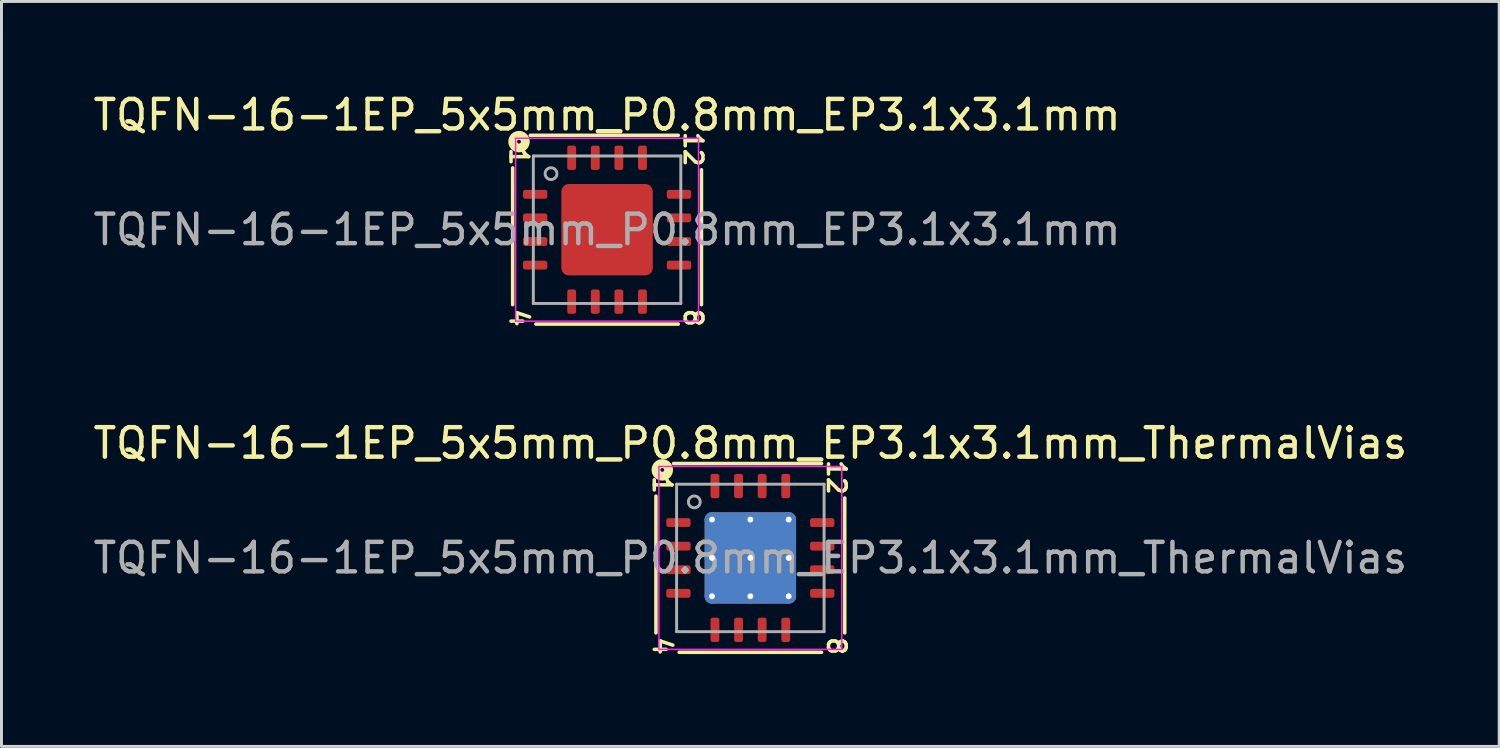
<source format=kicad_pcb>
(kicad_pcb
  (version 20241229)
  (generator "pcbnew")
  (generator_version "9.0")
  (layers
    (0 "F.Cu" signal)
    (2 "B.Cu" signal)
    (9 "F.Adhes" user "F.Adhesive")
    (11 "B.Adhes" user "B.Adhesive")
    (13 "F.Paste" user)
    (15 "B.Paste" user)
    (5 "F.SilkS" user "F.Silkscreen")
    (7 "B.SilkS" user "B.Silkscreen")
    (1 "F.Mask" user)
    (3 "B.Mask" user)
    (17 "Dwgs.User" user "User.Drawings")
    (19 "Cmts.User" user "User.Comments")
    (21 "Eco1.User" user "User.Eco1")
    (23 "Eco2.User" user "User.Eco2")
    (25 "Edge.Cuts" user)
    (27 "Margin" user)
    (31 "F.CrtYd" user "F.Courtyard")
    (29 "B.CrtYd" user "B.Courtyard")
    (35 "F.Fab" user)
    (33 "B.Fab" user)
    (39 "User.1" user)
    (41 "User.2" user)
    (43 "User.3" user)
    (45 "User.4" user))
  (footprint "TQFN-16-1EP_5x5mm_P0.8mm_EP3.1x3.1mm_ThermalVias"
    (layer "F.Cu")
    (at 22.387 15.864)
    (property "Reference" "TQFN-16-1EP_5x5mm_P0.8mm_EP3.1x3.1mm_ThermalVias" (at 0 -3.889 0) (layer "F.SilkS") (effects (font (size 1 1) (thickness 0.15))))
    (attr smd)
    (fp_line (start -3.2 -2.095) (end -3.2 2.54) (stroke (width 0.12) (type solid)) (layer "F.SilkS"))
    (fp_line (start -2.413 3.2) (end 2.413 3.2) (stroke (width 0.12) (type solid)) (layer "F.SilkS"))
    (fp_line (start 2.413 -3.2) (end -2.603 -3.2) (stroke (width 0.12) (type solid)) (layer "F.SilkS"))
    (fp_line (start 3.2 2.54) (end 3.2 -2.032) (stroke (width 0.12) (type solid)) (layer "F.SilkS"))
    (fp_circle (center -2.985 -2.985) (end -2.921 -2.985) (stroke (width 0.3) (type solid)) (fill no) (layer "F.SilkS"))
    (fp_line (start -3.1 -3.1) (end -3.1 3.1) (stroke (width 0.05) (type solid)) (layer "F.CrtYd"))
    (fp_line (start -3.1 3.1) (end 3.1 3.1) (stroke (width 0.05) (type solid)) (layer "F.CrtYd"))
    (fp_line (start 3.1 -3.1) (end -3.1 -3.1) (stroke (width 0.05) (type solid)) (layer "F.CrtYd"))
    (fp_line (start 3.1 3.1) (end 3.1 -3.1) (stroke (width 0.05) (type solid)) (layer "F.CrtYd"))
    (fp_line (start -2.5 -2.5) (end 2.5 -2.5) (stroke (width 0.1) (type solid)) (layer "F.Fab"))
    (fp_line (start -2.5 2.5) (end -2.5 -2.5) (stroke (width 0.1) (type solid)) (layer "F.Fab"))
    (fp_line (start 2.5 -2.5) (end 2.5 2.5) (stroke (width 0.1) (type solid)) (layer "F.Fab"))
    (fp_line (start 2.5 2.5) (end -2.5 2.5) (stroke (width 0.1) (type solid)) (layer "F.Fab"))
    (fp_circle (center -1.9 -1.9) (end -1.7 -1.9) (stroke (width 0.1) (type solid)) (fill no) (layer "F.Fab"))
    (fp_text user "8" (at 2.921 2.985 270) (unlocked yes) (layer "F.SilkS") (effects (font (size 0.6 0.6) (thickness 0.12))))
    (fp_text user "12" (at 2.921 -2.731 270) (unlocked yes) (layer "F.SilkS") (effects (font (size 0.6 0.6) (thickness 0.12))))
    (fp_text user "1" (at -2.985 -2.477 270) (unlocked yes) (layer "F.SilkS") (effects (font (size 0.6 0.6) (thickness 0.12))))
    (fp_text user "4" (at -2.985 2.985 270) (unlocked yes) (layer "F.SilkS") (effects (font (size 0.6 0.6) (thickness 0.12))))
    (fp_text user "${REFERENCE}" (at 0 0 0) (layer "F.Fab") (effects (font (size 1 1) (thickness 0.15))))
    (pad "" smd roundrect (at -0.775 -0.775) (size 1.34 1.34) (layers "F.Paste") (roundrect_rratio 0.187))
    (pad "" smd roundrect (at -0.775 0.775) (size 1.34 1.34) (layers "F.Paste") (roundrect_rratio 0.187))
    (pad "" smd roundrect (at 0.775 -0.775) (size 1.34 1.34) (layers "F.Paste") (roundrect_rratio 0.187))
    (pad "" smd roundrect (at 0.775 0.775) (size 1.34 1.34) (layers "F.Paste") (roundrect_rratio 0.187))
    (pad "1" smd roundrect (at -2.438 -1.2) (size 0.825 0.3) (layers "F.Cu" "F.Mask" "F.Paste") (roundrect_rratio 0.25))
    (pad "2" smd roundrect (at -2.438 -0.4) (size 0.825 0.3) (layers "F.Cu" "F.Mask" "F.Paste") (roundrect_rratio 0.25))
    (pad "3" smd roundrect (at -2.438 0.4) (size 0.825 0.3) (layers "F.Cu" "F.Mask" "F.Paste") (roundrect_rratio 0.25))
    (pad "4" smd roundrect (at -2.438 1.2) (size 0.825 0.3) (layers "F.Cu" "F.Mask" "F.Paste") (roundrect_rratio 0.25))
    (pad "5" smd roundrect (at -1.2 2.438) (size 0.3 0.825) (layers "F.Cu" "F.Mask" "F.Paste") (roundrect_rratio 0.25))
    (pad "6" smd roundrect (at -0.4 2.438) (size 0.3 0.825) (layers "F.Cu" "F.Mask" "F.Paste") (roundrect_rratio 0.25))
    (pad "7" smd roundrect (at 0.4 2.438) (size 0.3 0.825) (layers "F.Cu" "F.Mask" "F.Paste") (roundrect_rratio 0.25))
    (pad "8" smd roundrect (at 1.2 2.438) (size 0.3 0.825) (layers "F.Cu" "F.Mask" "F.Paste") (roundrect_rratio 0.25))
    (pad "9" smd roundrect (at 2.438 1.2) (size 0.825 0.3) (layers "F.Cu" "F.Mask" "F.Paste") (roundrect_rratio 0.25))
    (pad "10" smd roundrect (at 2.438 0.4) (size 0.825 0.3) (layers "F.Cu" "F.Mask" "F.Paste") (roundrect_rratio 0.25))
    (pad "11" smd roundrect (at 2.438 -0.4) (size 0.825 0.3) (layers "F.Cu" "F.Mask" "F.Paste") (roundrect_rratio 0.25))
    (pad "12" smd roundrect (at 2.438 -1.2) (size 0.825 0.3) (layers "F.Cu" "F.Mask" "F.Paste") (roundrect_rratio 0.25))
    (pad "13" smd roundrect (at 1.2 -2.438) (size 0.3 0.825) (layers "F.Cu" "F.Mask" "F.Paste") (roundrect_rratio 0.25))
    (pad "14" smd roundrect (at 0.4 -2.438) (size 0.3 0.825) (layers "F.Cu" "F.Mask" "F.Paste") (roundrect_rratio 0.25))
    (pad "15" smd roundrect (at -0.4 -2.438) (size 0.3 0.825) (layers "F.Cu" "F.Mask" "F.Paste") (roundrect_rratio 0.25))
    (pad "16" smd roundrect (at -1.2 -2.438) (size 0.3 0.825) (layers "F.Cu" "F.Mask" "F.Paste") (roundrect_rratio 0.25))
    (pad "17" thru_hole circle (at -1.3 -1.3) (size 0.5 0.5) (drill 0.2) (property pad_prop_heatsink) (layers "*.Cu"))
    (pad "17" thru_hole circle (at -1.3 0) (size 0.5 0.5) (drill 0.2) (property pad_prop_heatsink) (layers "*.Cu"))
    (pad "17" thru_hole circle (at -1.3 1.3) (size 0.5 0.5) (drill 0.2) (property pad_prop_heatsink) (layers "*.Cu"))
    (pad "17" thru_hole circle (at 0 -1.3) (size 0.5 0.5) (drill 0.2) (property pad_prop_heatsink) (layers "*.Cu"))
    (pad "17" thru_hole circle (at 0 0) (size 0.5 0.5) (drill 0.2) (property pad_prop_heatsink) (layers "*.Cu"))
    (pad "17" smd roundrect (at 0 0) (size 3.1 3.1) (layers "F.Cu" "F.Mask") (roundrect_rratio 0.081))
    (pad "17" smd roundrect (at 0 0) (size 3.1 3.1) (layers "B.Cu" "B.Mask") (roundrect_rratio 0.081))
    (pad "17" thru_hole circle (at 0 1.3) (size 0.5 0.5) (drill 0.2) (property pad_prop_heatsink) (layers "*.Cu"))
    (pad "17" thru_hole circle (at 1.3 -1.3) (size 0.5 0.5) (drill 0.2) (property pad_prop_heatsink) (layers "*.Cu"))
    (pad "17" thru_hole circle (at 1.3 0) (size 0.5 0.5) (drill 0.2) (property pad_prop_heatsink) (layers "*.Cu"))
    (pad "17" thru_hole circle (at 1.3 1.3) (size 0.5 0.5) (drill 0.2) (property pad_prop_heatsink) (layers "*.Cu")))
  (footprint "TQFN-16-1EP_5x5mm_P0.8mm_EP3.1x3.1mm"
    (layer "F.Cu")
    (at 17.53 4.737)
    (property "Reference" "TQFN-16-1EP_5x5mm_P0.8mm_EP3.1x3.1mm" (at 0 -3.889 0) (layer "F.SilkS") (effects (font (size 1 1) (thickness 0.15))))
    (attr smd)
    (fp_line (start -3.2 -2.095) (end -3.2 2.54) (stroke (width 0.12) (type solid)) (layer "F.SilkS"))
    (fp_line (start -2.413 3.2) (end 2.413 3.2) (stroke (width 0.12) (type solid)) (layer "F.SilkS"))
    (fp_line (start 2.413 -3.2) (end -2.603 -3.2) (stroke (width 0.12) (type solid)) (layer "F.SilkS"))
    (fp_line (start 3.2 2.54) (end 3.2 -2.032) (stroke (width 0.12) (type solid)) (layer "F.SilkS"))
    (fp_circle (center -2.985 -2.985) (end -2.921 -2.985) (stroke (width 0.3) (type solid)) (fill no) (layer "F.SilkS"))
    (fp_line (start -3.1 -3.1) (end -3.1 3.1) (stroke (width 0.05) (type solid)) (layer "F.CrtYd"))
    (fp_line (start -3.1 3.1) (end 3.1 3.1) (stroke (width 0.05) (type solid)) (layer "F.CrtYd"))
    (fp_line (start 3.1 -3.1) (end -3.1 -3.1) (stroke (width 0.05) (type solid)) (layer "F.CrtYd"))
    (fp_line (start 3.1 3.1) (end 3.1 -3.1) (stroke (width 0.05) (type solid)) (layer "F.CrtYd"))
    (fp_line (start -2.5 -2.5) (end 2.5 -2.5) (stroke (width 0.1) (type solid)) (layer "F.Fab"))
    (fp_line (start -2.5 2.5) (end -2.5 -2.5) (stroke (width 0.1) (type solid)) (layer "F.Fab"))
    (fp_line (start 2.5 -2.5) (end 2.5 2.5) (stroke (width 0.1) (type solid)) (layer "F.Fab"))
    (fp_line (start 2.5 2.5) (end -2.5 2.5) (stroke (width 0.1) (type solid)) (layer "F.Fab"))
    (fp_circle (center -1.9 -1.9) (end -1.7 -1.9) (stroke (width 0.1) (type solid)) (fill no) (layer "F.Fab"))
    (fp_text user "12" (at 2.921 -2.731 270) (unlocked yes) (layer "F.SilkS") (effects (font (size 0.6 0.6) (thickness 0.12))))
    (fp_text user "1" (at -2.985 -2.477 270) (unlocked yes) (layer "F.SilkS") (effects (font (size 0.6 0.6) (thickness 0.12))))
    (fp_text user "4" (at -2.985 2.985 270) (unlocked yes) (layer "F.SilkS") (effects (font (size 0.6 0.6) (thickness 0.12))))
    (fp_text user "8" (at 2.921 2.985 270) (unlocked yes) (layer "F.SilkS") (effects (font (size 0.6 0.6) (thickness 0.12))))
    (fp_text user "${REFERENCE}" (at 0 0 0) (layer "F.Fab") (effects (font (size 1 1) (thickness 0.15))))
    (pad "" smd roundrect (at -0.775 -0.775) (size 1.25 1.25) (layers "F.Paste") (roundrect_rratio 0.2))
    (pad "" smd roundrect (at -0.775 0.775) (size 1.25 1.25) (layers "F.Paste") (roundrect_rratio 0.2))
    (pad "" smd roundrect (at 0.775 -0.775) (size 1.25 1.25) (layers "F.Paste") (roundrect_rratio 0.2))
    (pad "" smd roundrect (at 0.775 0.775) (size 1.25 1.25) (layers "F.Paste") (roundrect_rratio 0.2))
    (pad "1" smd roundrect (at -2.438 -1.2) (size 0.825 0.3) (layers "F.Cu" "F.Mask" "F.Paste") (roundrect_rratio 0.25))
    (pad "2" smd roundrect (at -2.438 -0.4) (size 0.825 0.3) (layers "F.Cu" "F.Mask" "F.Paste") (roundrect_rratio 0.25))
    (pad "3" smd roundrect (at -2.438 0.4) (size 0.825 0.3) (layers "F.Cu" "F.Mask" "F.Paste") (roundrect_rratio 0.25))
    (pad "4" smd roundrect (at -2.438 1.2) (size 0.825 0.3) (layers "F.Cu" "F.Mask" "F.Paste") (roundrect_rratio 0.25))
    (pad "5" smd roundrect (at -1.2 2.438) (size 0.3 0.825) (layers "F.Cu" "F.Mask" "F.Paste") (roundrect_rratio 0.25))
    (pad "6" smd roundrect (at -0.4 2.438) (size 0.3 0.825) (layers "F.Cu" "F.Mask" "F.Paste") (roundrect_rratio 0.25))
    (pad "7" smd roundrect (at 0.4 2.438) (size 0.3 0.825) (layers "F.Cu" "F.Mask" "F.Paste") (roundrect_rratio 0.25))
    (pad "8" smd roundrect (at 1.2 2.438) (size 0.3 0.825) (layers "F.Cu" "F.Mask" "F.Paste") (roundrect_rratio 0.25))
    (pad "9" smd roundrect (at 2.438 1.2) (size 0.825 0.3) (layers "F.Cu" "F.Mask" "F.Paste") (roundrect_rratio 0.25))
    (pad "10" smd roundrect (at 2.438 0.4) (size 0.825 0.3) (layers "F.Cu" "F.Mask" "F.Paste") (roundrect_rratio 0.25))
    (pad "11" smd roundrect (at 2.438 -0.4) (size 0.825 0.3) (layers "F.Cu" "F.Mask" "F.Paste") (roundrect_rratio 0.25))
    (pad "12" smd roundrect (at 2.438 -1.2) (size 0.825 0.3) (layers "F.Cu" "F.Mask" "F.Paste") (roundrect_rratio 0.25))
    (pad "13" smd roundrect (at 1.2 -2.438) (size 0.3 0.825) (layers "F.Cu" "F.Mask" "F.Paste") (roundrect_rratio 0.25))
    (pad "14" smd roundrect (at 0.4 -2.438) (size 0.3 0.825) (layers "F.Cu" "F.Mask" "F.Paste") (roundrect_rratio 0.25))
    (pad "15" smd roundrect (at -0.4 -2.438) (size 0.3 0.825) (layers "F.Cu" "F.Mask" "F.Paste") (roundrect_rratio 0.25))
    (pad "16" smd roundrect (at -1.2 -2.438) (size 0.3 0.825) (layers "F.Cu" "F.Mask" "F.Paste") (roundrect_rratio 0.25))
    (pad "17" smd roundrect (at 0 0) (size 3.1 3.1) (layers "F.Cu" "F.Mask") (roundrect_rratio 0.081)))
  (gr_rect
    (start -3 -3)
    (end 47.774 22.254)
    (stroke (width 0.1) (type default))
    (fill no)
    (layer "Edge.Cuts")))
</source>
